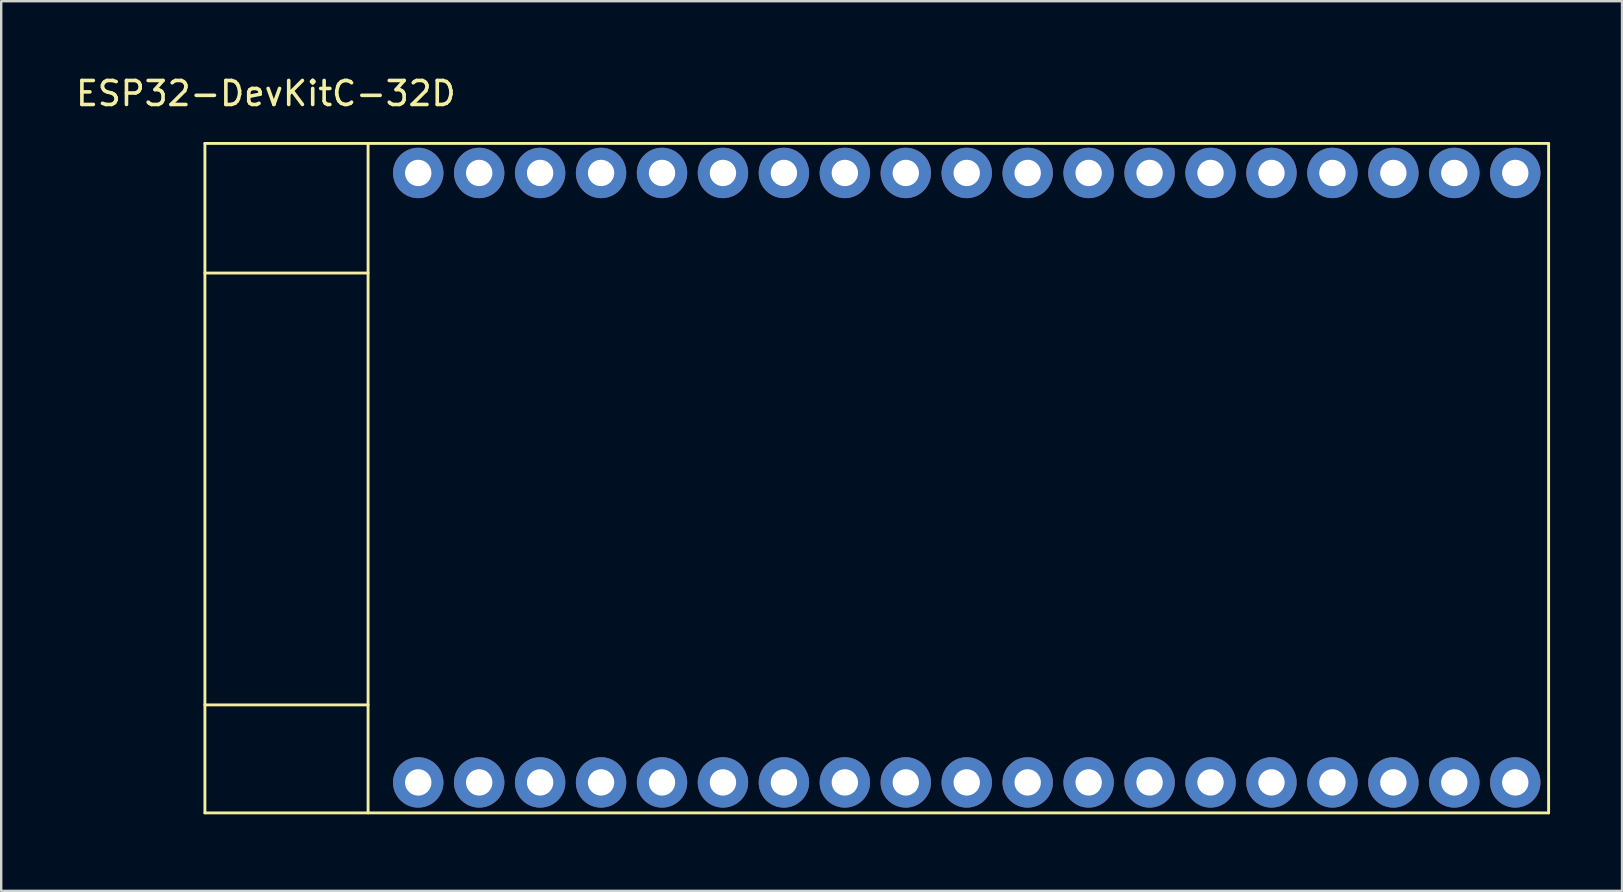
<source format=kicad_pcb>
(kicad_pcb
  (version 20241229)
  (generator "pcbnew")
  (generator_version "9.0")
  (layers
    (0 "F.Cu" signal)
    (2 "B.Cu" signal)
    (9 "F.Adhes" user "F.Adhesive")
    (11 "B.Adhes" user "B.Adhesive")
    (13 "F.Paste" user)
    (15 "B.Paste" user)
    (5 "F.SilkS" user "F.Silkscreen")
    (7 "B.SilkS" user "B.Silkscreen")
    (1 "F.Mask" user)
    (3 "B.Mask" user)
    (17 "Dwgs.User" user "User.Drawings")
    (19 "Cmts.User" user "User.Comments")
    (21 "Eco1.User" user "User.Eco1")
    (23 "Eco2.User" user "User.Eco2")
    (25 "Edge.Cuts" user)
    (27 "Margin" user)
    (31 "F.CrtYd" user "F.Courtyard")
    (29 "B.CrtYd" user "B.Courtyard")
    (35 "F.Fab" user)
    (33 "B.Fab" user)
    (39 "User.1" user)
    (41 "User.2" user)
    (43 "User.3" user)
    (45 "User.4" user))
  (footprint "ESP32-DevKitC-32D"
    (layer "F.Cu")
    (at 5.49 30.828)
    (property "Reference" "ESP32-DevKitC-32D" (at 2.54 -29.98 0) (layer "F.SilkS") (effects (font (size 1 1) (thickness 0.15))))
    (attr through_hole)
    (fp_line (start 0 -27.9) (end 56 -27.9) (stroke (width 0.12) (type solid)) (layer "F.SilkS"))
    (fp_line (start 0 -22.5) (end 6.8 -22.5) (stroke (width 0.12) (type solid)) (layer "F.SilkS"))
    (fp_line (start 0 -4.5) (end 6.8 -4.5) (stroke (width 0.12) (type solid)) (layer "F.SilkS"))
    (fp_line (start 0 0) (end 0 -27.9) (stroke (width 0.12) (type solid)) (layer "F.SilkS"))
    (fp_line (start 0 0) (end 56 0) (stroke (width 0.12) (type solid)) (layer "F.SilkS"))
    (fp_line (start 6.8 0) (end 6.8 -27.9) (stroke (width 0.12) (type solid)) (layer "F.SilkS"))
    (fp_line (start 56 0) (end 56 -27.9) (stroke (width 0.12) (type solid)) (layer "F.SilkS"))
    (pad "3V3" thru_hole circle (at 8.89 -1.27) (size 2.1 2.1) (drill 1.1) (layers "*.Cu" "*.Mask"))
    (pad "5V" thru_hole circle (at 54.61 -1.27) (size 2.1 2.1) (drill 1.1) (layers "*.Cu" "*.Mask"))
    (pad "CLK" thru_hole circle (at 54.61 -26.67) (size 2.1 2.1) (drill 1.1) (layers "*.Cu" "*.Mask"))
    (pad "CMD" thru_hole circle (at 52.07 -1.27) (size 2.1 2.1) (drill 1.1) (layers "*.Cu" "*.Mask"))
    (pad "EN" thru_hole circle (at 11.43 -1.27) (size 2.1 2.1) (drill 1.1) (layers "*.Cu" "*.Mask"))
    (pad "GND0" thru_hole circle (at 41.91 -1.27) (size 2.1 2.1) (drill 1.1) (layers "*.Cu" "*.Mask"))
    (pad "GND1" thru_hole circle (at 8.89 -26.67) (size 2.1 2.1) (drill 1.1) (layers "*.Cu" "*.Mask"))
    (pad "GND2" thru_hole circle (at 24.13 -26.67) (size 2.1 2.1) (drill 1.1) (layers "*.Cu" "*.Mask"))
    (pad "IO0" thru_hole circle (at 41.91 -26.67) (size 2.1 2.1) (drill 1.1) (layers "*.Cu" "*.Mask"))
    (pad "IO2" thru_hole circle (at 44.45 -26.67) (size 2.1 2.1) (drill 1.1) (layers "*.Cu" "*.Mask"))
    (pad "IO4" thru_hole circle (at 39.37 -26.67) (size 2.1 2.1) (drill 1.1) (layers "*.Cu" "*.Mask"))
    (pad "IO5" thru_hole circle (at 31.75 -26.67) (size 2.1 2.1) (drill 1.1) (layers "*.Cu" "*.Mask"))
    (pad "IO12" thru_hole circle (at 39.37 -1.27) (size 2.1 2.1) (drill 1.1) (layers "*.Cu" "*.Mask"))
    (pad "IO13" thru_hole circle (at 44.45 -1.27) (size 2.1 2.1) (drill 1.1) (layers "*.Cu" "*.Mask"))
    (pad "IO14" thru_hole circle (at 36.83 -1.27) (size 2.1 2.1) (drill 1.1) (layers "*.Cu" "*.Mask"))
    (pad "IO15" thru_hole circle (at 46.99 -26.67) (size 2.1 2.1) (drill 1.1) (layers "*.Cu" "*.Mask"))
    (pad "IO16" thru_hole circle (at 36.83 -26.67) (size 2.1 2.1) (drill 1.1) (layers "*.Cu" "*.Mask"))
    (pad "IO17" thru_hole circle (at 34.29 -26.67) (size 2.1 2.1) (drill 1.1) (layers "*.Cu" "*.Mask"))
    (pad "IO18" thru_hole circle (at 29.21 -26.67) (size 2.1 2.1) (drill 1.1) (layers "*.Cu" "*.Mask"))
    (pad "IO19" thru_hole circle (at 26.67 -26.67) (size 2.1 2.1) (drill 1.1) (layers "*.Cu" "*.Mask"))
    (pad "IO21" thru_hole circle (at 21.59 -26.67) (size 2.1 2.1) (drill 1.1) (layers "*.Cu" "*.Mask"))
    (pad "IO22" thru_hole circle (at 13.97 -26.67) (size 2.1 2.1) (drill 1.1) (layers "*.Cu" "*.Mask"))
    (pad "IO23" thru_hole circle (at 11.43 -26.67) (size 2.1 2.1) (drill 1.1) (layers "*.Cu" "*.Mask"))
    (pad "IO25" thru_hole circle (at 29.21 -1.27) (size 2.1 2.1) (drill 1.1) (layers "*.Cu" "*.Mask"))
    (pad "IO26" thru_hole circle (at 31.75 -1.27) (size 2.1 2.1) (drill 1.1) (layers "*.Cu" "*.Mask"))
    (pad "IO27" thru_hole circle (at 34.29 -1.27) (size 2.1 2.1) (drill 1.1) (layers "*.Cu" "*.Mask"))
    (pad "IO32" thru_hole circle (at 24.13 -1.27) (size 2.1 2.1) (drill 1.1) (layers "*.Cu" "*.Mask"))
    (pad "IO33" thru_hole circle (at 26.67 -1.27) (size 2.1 2.1) (drill 1.1) (layers "*.Cu" "*.Mask"))
    (pad "IO34" thru_hole circle (at 19.05 -1.27) (size 2.1 2.1) (drill 1.1) (layers "*.Cu" "*.Mask"))
    (pad "IO35" thru_hole circle (at 21.59 -1.27) (size 2.1 2.1) (drill 1.1) (layers "*.Cu" "*.Mask"))
    (pad "RXD0" thru_hole circle (at 19.05 -26.67) (size 2.1 2.1) (drill 1.1) (layers "*.Cu" "*.Mask"))
    (pad "SD0" thru_hole circle (at 52.07 -26.67) (size 2.1 2.1) (drill 1.1) (layers "*.Cu" "*.Mask"))
    (pad "SD1" thru_hole circle (at 49.53 -26.67) (size 2.1 2.1) (drill 1.1) (layers "*.Cu" "*.Mask"))
    (pad "SD2" thru_hole circle (at 46.99 -1.27) (size 2.1 2.1) (drill 1.1) (layers "*.Cu" "*.Mask"))
    (pad "SD3" thru_hole circle (at 49.53 -1.27) (size 2.1 2.1) (drill 1.1) (layers "*.Cu" "*.Mask"))
    (pad "SVN" thru_hole circle (at 16.51 -1.27) (size 2.1 2.1) (drill 1.1) (layers "*.Cu" "*.Mask"))
    (pad "SVP" thru_hole circle (at 13.97 -1.27) (size 2.1 2.1) (drill 1.1) (layers "*.Cu" "*.Mask"))
    (pad "TXD0" thru_hole circle (at 16.51 -26.67) (size 2.1 2.1) (drill 1.1) (layers "*.Cu" "*.Mask")))
  (gr_rect
    (start -3 -3)
    (end 64.55 34.078)
    (stroke (width 0.1) (type default))
    (fill no)
    (layer "Edge.Cuts")))
</source>
